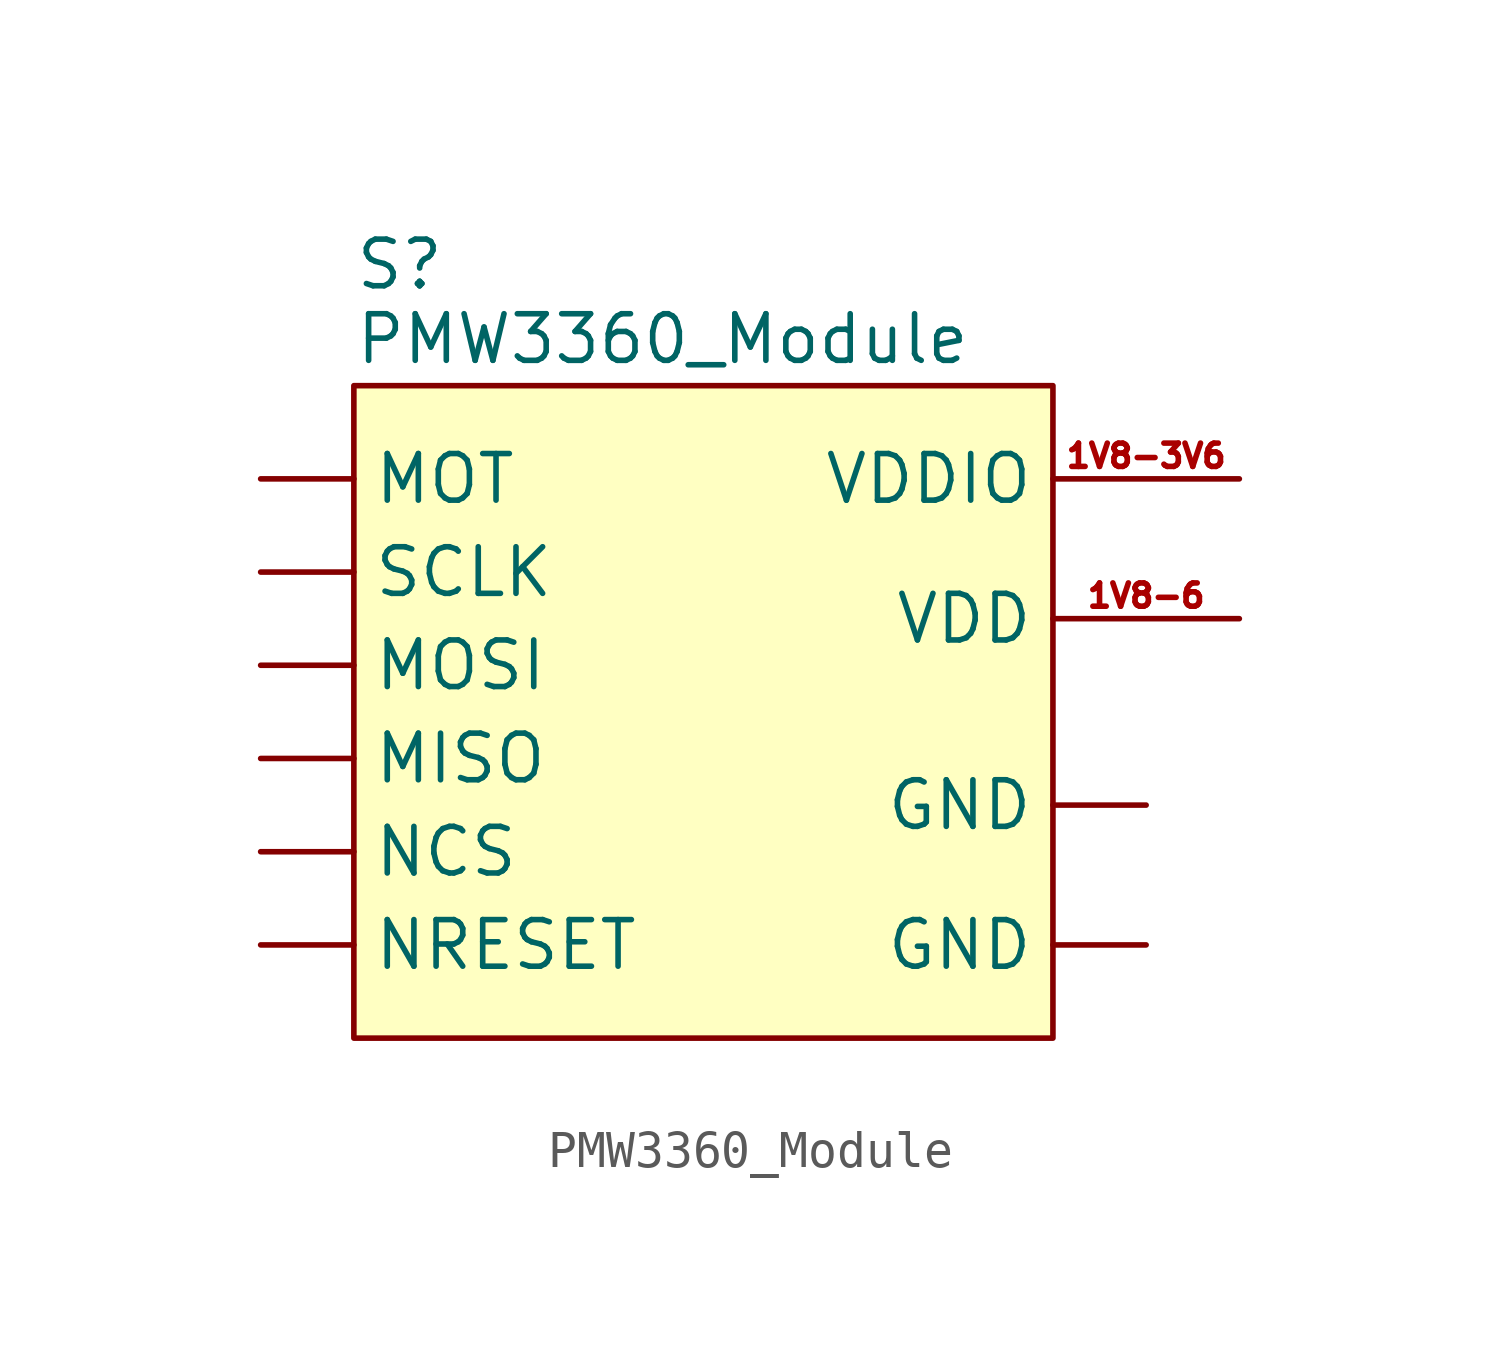
<source format=kicad_sym>
(kicad_symbol_lib
  (version 20241209)
  (generator "kicad_symbol_editor")
  (generator_version "9.0")
  (symbol "PMW3360_Module"
    (property "Reference" "S"
      (at 0 22.352 0)
      (effects (font (size 1.27 1.27)) (justify left)))
    (property "Value" "PMW3360_Module"
      (at 0 20.32 0)
      (effects (font (size 1.27 1.27)) (justify left)))
    (symbol "PMW3360_Module_1_1"
      (rectangle (start 0 19.05) (end 19.05 1.27) (stroke (width 0) (type solid)) (fill (type background)))
      (pin output line (at -2.54 16.51 0) (length 2.54) (name "MOT" (effects (font (size 1.27 1.27)))) (number "" (effects (font (size 1.27 1.27)))))
      (pin input line (at -2.54 13.97 0) (length 2.54) (name "SCLK" (effects (font (size 1.27 1.27)))) (number "" (effects (font (size 1.27 1.27)))))
      (pin input line (at -2.54 11.43 0) (length 2.54) (name "MOSI" (effects (font (size 1.27 1.27)))) (number "" (effects (font (size 1.27 1.27)))))
      (pin output line (at -2.54 8.89 0) (length 2.54) (name "MISO" (effects (font (size 1.27 1.27)))) (number "" (effects (font (size 1.27 1.27)))))
      (pin input line (at -2.54 6.35 0) (length 2.54) (name "NCS" (effects (font (size 1.27 1.27)))) (number "" (effects (font (size 1.27 1.27)))))
      (pin input line (at -2.54 3.81 0) (length 2.54) (name "NRESET" (effects (font (size 1.27 1.27)))) (number "" (effects (font (size 1.27 1.27)))))
      (pin power_in line (at 21.59 7.62 180) (length 2.54) (name "GND" (effects (font (size 1.27 1.27)))) (number "" (effects (font (size 1.27 1.27)))))
      (pin power_in line (at 21.59 3.81 180) (length 2.54) (name "GND" (effects (font (size 1.27 1.27)))) (number "" (effects (font (size 1.27 1.27)))))
      (pin power_in line (at 24.13 16.51 180) (length 5.08) (name "VDDIO" (effects (font (size 1.27 1.27)))) (number "1V8-3V6" (effects (font (size 0.635 0.635)))))
      (pin power_in line (at 24.13 12.7 180) (length 5.08) (name "VDD" (effects (font (size 1.27 1.27)))) (number "1V8-6" (effects (font (size 0.635 0.635))))))))
</source>
